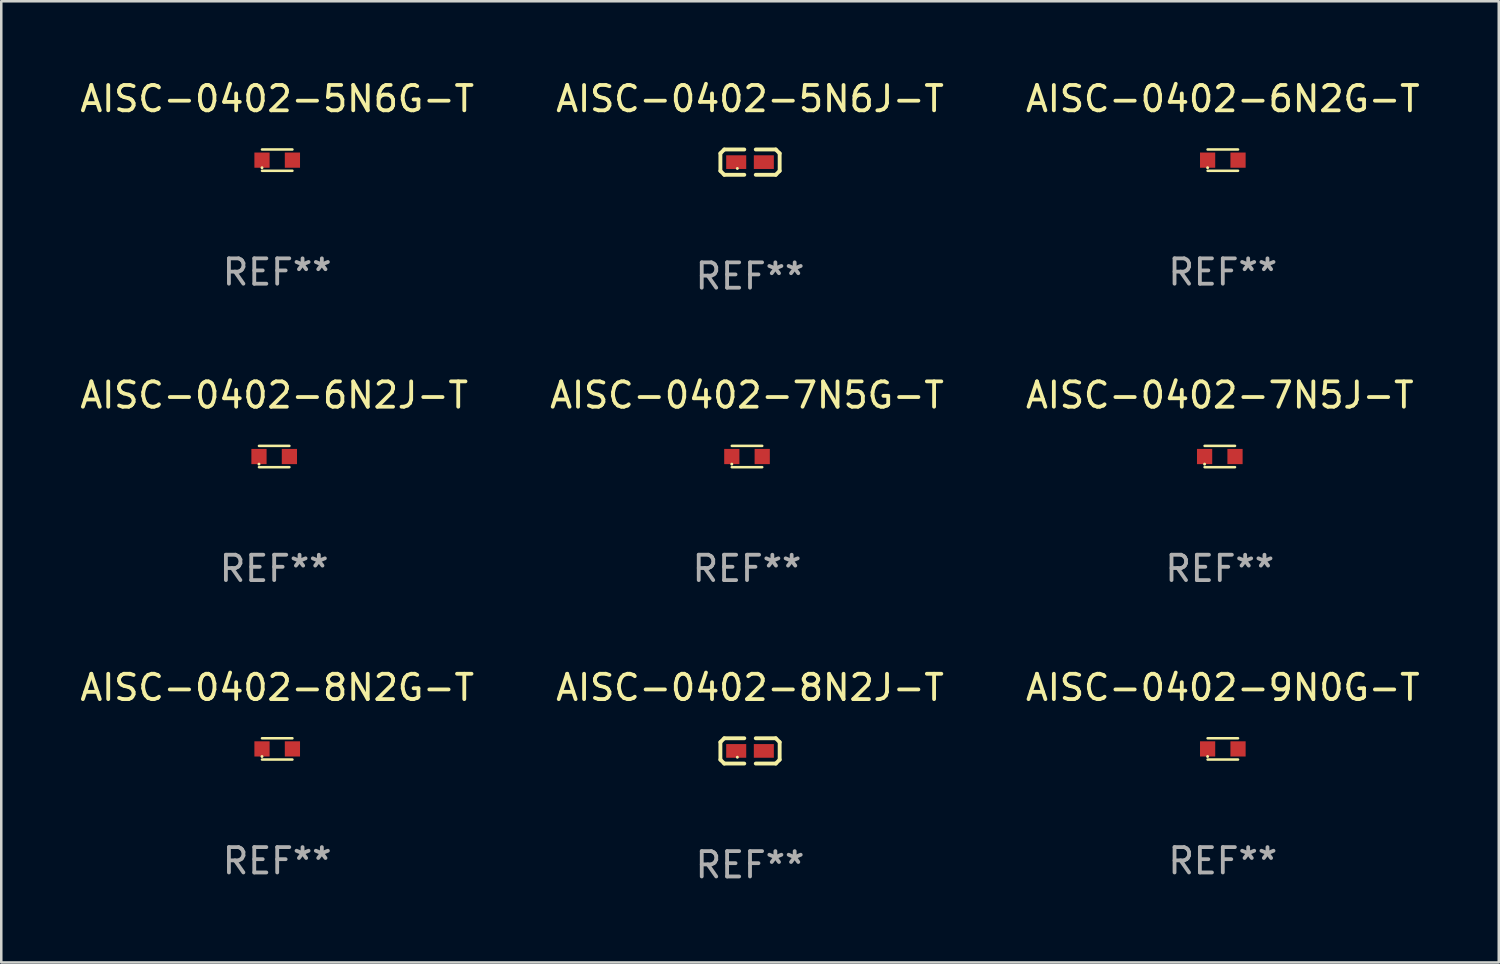
<source format=kicad_pcb>
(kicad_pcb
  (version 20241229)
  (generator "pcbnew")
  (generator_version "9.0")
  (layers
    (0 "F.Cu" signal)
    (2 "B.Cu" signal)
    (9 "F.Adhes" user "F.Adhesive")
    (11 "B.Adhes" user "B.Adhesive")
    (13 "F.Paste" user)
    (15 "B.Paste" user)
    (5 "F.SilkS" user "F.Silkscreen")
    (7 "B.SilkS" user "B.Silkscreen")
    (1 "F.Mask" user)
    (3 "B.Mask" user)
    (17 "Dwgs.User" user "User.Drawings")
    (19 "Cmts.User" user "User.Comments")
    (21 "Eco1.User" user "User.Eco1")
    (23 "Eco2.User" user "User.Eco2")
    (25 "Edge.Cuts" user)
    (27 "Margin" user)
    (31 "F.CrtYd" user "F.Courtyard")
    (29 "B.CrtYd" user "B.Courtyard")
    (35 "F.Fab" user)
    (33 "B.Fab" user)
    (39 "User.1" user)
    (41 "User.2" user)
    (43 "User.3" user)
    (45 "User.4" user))
  (footprint "AISC-0402-8N2J-T"
    (layer "F.Cu")
    (at 26.542 26.577)
    (property "Reference" "AISC-0402-8N2J-T" (at 0 -2.499 0) (layer "F.SilkS") (effects (font (size 1 1) (thickness 0.15))))
    (attr through_hole)
    (fp_line (start -1.169 -0.346) (end -1.016 -0.499) (stroke (width 0.152) (type solid)) (layer "F.SilkS"))
    (fp_line (start -1.169 0.346) (end -1.169 -0.346) (stroke (width 0.152) (type solid)) (layer "F.SilkS"))
    (fp_line (start -1.016 -0.499) (end -0.226 -0.499) (stroke (width 0.152) (type solid)) (layer "F.SilkS"))
    (fp_line (start -1.016 0.499) (end -1.169 0.346) (stroke (width 0.152) (type solid)) (layer "F.SilkS"))
    (fp_line (start -0.226 0.499) (end -1.016 0.499) (stroke (width 0.152) (type solid)) (layer "F.SilkS"))
    (fp_line (start 0.226 0.499) (end 1.016 0.499) (stroke (width 0.152) (type solid)) (layer "F.SilkS"))
    (fp_line (start 1.016 -0.499) (end 0.226 -0.499) (stroke (width 0.152) (type solid)) (layer "F.SilkS"))
    (fp_line (start 1.016 0.499) (end 1.169 0.346) (stroke (width 0.152) (type solid)) (layer "F.SilkS"))
    (fp_line (start 1.169 -0.346) (end 1.016 -0.499) (stroke (width 0.152) (type solid)) (layer "F.SilkS"))
    (fp_line (start 1.169 0.346) (end 1.169 -0.346) (stroke (width 0.152) (type solid)) (layer "F.SilkS"))
    (fp_circle (center -0.5 0.25) (end -0.47 0.25) (stroke (width 0.06) (type solid)) (fill no) (layer "F.SilkS"))
    (fp_text user "REF**" (at 0 4.499 0) (layer "F.Fab") (effects (font (size 1 1) (thickness 0.15))))
    (pad "1" smd rect (at -0.545 0) (size 0.79 0.54) (layers "F.Cu" "F.Mask" "F.Paste"))
    (pad "2" smd rect (at 0.545 0) (size 0.79 0.54) (layers "F.Cu" "F.Mask" "F.Paste")))
  (footprint "AISC-0402-7N5G-T"
    (layer "F.Cu")
    (at 26.423 14.962)
    (property "Reference" "AISC-0402-7N5G-T" (at 0 -2.42 0) (layer "F.SilkS") (effects (font (size 1 1) (thickness 0.15))))
    (attr through_hole)
    (fp_line (start -0.6 -0.42) (end 0.6 -0.42) (stroke (width 0.1) (type solid)) (layer "F.SilkS"))
    (fp_line (start -0.6 0.42) (end 0.6 0.42) (stroke (width 0.1) (type solid)) (layer "F.SilkS"))
    (fp_circle (center -0.6 0.3) (end -0.57 0.3) (stroke (width 0.06) (type solid)) (fill no) (layer "F.SilkS"))
    (fp_text user "REF**" (at 0 4.42 0) (layer "F.Fab") (effects (font (size 1 1) (thickness 0.15))))
    (pad "1" smd rect (at -0.6 0) (size 0.6 0.6) (layers "F.Cu" "F.Mask" "F.Paste"))
    (pad "2" smd rect (at 0.6 0) (size 0.6 0.6) (layers "F.Cu" "F.Mask" "F.Paste")))
  (footprint "AISC-0402-5N6G-T"
    (layer "F.Cu")
    (at 7.887 3.268)
    (property "Reference" "AISC-0402-5N6G-T" (at 0 -2.42 0) (layer "F.SilkS") (effects (font (size 1 1) (thickness 0.15))))
    (attr through_hole)
    (fp_line (start -0.6 -0.42) (end 0.6 -0.42) (stroke (width 0.1) (type solid)) (layer "F.SilkS"))
    (fp_line (start -0.6 0.42) (end 0.6 0.42) (stroke (width 0.1) (type solid)) (layer "F.SilkS"))
    (fp_circle (center -0.6 0.3) (end -0.57 0.3) (stroke (width 0.06) (type solid)) (fill no) (layer "F.SilkS"))
    (fp_text user "REF**" (at 0 4.42 0) (layer "F.Fab") (effects (font (size 1 1) (thickness 0.15))))
    (pad "1" smd rect (at -0.6 0) (size 0.6 0.6) (layers "F.Cu" "F.Mask" "F.Paste"))
    (pad "2" smd rect (at 0.6 0) (size 0.6 0.6) (layers "F.Cu" "F.Mask" "F.Paste")))
  (footprint "AISC-0402-5N6J-T"
    (layer "F.Cu")
    (at 26.542 3.347)
    (property "Reference" "AISC-0402-5N6J-T" (at 0 -2.499 0) (layer "F.SilkS") (effects (font (size 1 1) (thickness 0.15))))
    (attr through_hole)
    (fp_line (start -1.169 -0.346) (end -1.016 -0.499) (stroke (width 0.152) (type solid)) (layer "F.SilkS"))
    (fp_line (start -1.169 0.346) (end -1.169 -0.346) (stroke (width 0.152) (type solid)) (layer "F.SilkS"))
    (fp_line (start -1.016 -0.499) (end -0.226 -0.499) (stroke (width 0.152) (type solid)) (layer "F.SilkS"))
    (fp_line (start -1.016 0.499) (end -1.169 0.346) (stroke (width 0.152) (type solid)) (layer "F.SilkS"))
    (fp_line (start -0.226 0.499) (end -1.016 0.499) (stroke (width 0.152) (type solid)) (layer "F.SilkS"))
    (fp_line (start 0.226 0.499) (end 1.016 0.499) (stroke (width 0.152) (type solid)) (layer "F.SilkS"))
    (fp_line (start 1.016 -0.499) (end 0.226 -0.499) (stroke (width 0.152) (type solid)) (layer "F.SilkS"))
    (fp_line (start 1.016 0.499) (end 1.169 0.346) (stroke (width 0.152) (type solid)) (layer "F.SilkS"))
    (fp_line (start 1.169 -0.346) (end 1.016 -0.499) (stroke (width 0.152) (type solid)) (layer "F.SilkS"))
    (fp_line (start 1.169 0.346) (end 1.169 -0.346) (stroke (width 0.152) (type solid)) (layer "F.SilkS"))
    (fp_circle (center -0.5 0.25) (end -0.47 0.25) (stroke (width 0.06) (type solid)) (fill no) (layer "F.SilkS"))
    (fp_text user "REF**" (at 0 4.499 0) (layer "F.Fab") (effects (font (size 1 1) (thickness 0.15))))
    (pad "1" smd rect (at -0.545 0) (size 0.79 0.54) (layers "F.Cu" "F.Mask" "F.Paste"))
    (pad "2" smd rect (at 0.545 0) (size 0.79 0.54) (layers "F.Cu" "F.Mask" "F.Paste")))
  (footprint "AISC-0402-9N0G-T"
    (layer "F.Cu")
    (at 45.196 26.498)
    (property "Reference" "AISC-0402-9N0G-T" (at 0 -2.42 0) (layer "F.SilkS") (effects (font (size 1 1) (thickness 0.15))))
    (attr through_hole)
    (fp_line (start -0.6 -0.42) (end 0.6 -0.42) (stroke (width 0.1) (type solid)) (layer "F.SilkS"))
    (fp_line (start -0.6 0.42) (end 0.6 0.42) (stroke (width 0.1) (type solid)) (layer "F.SilkS"))
    (fp_circle (center -0.6 0.3) (end -0.57 0.3) (stroke (width 0.06) (type solid)) (fill no) (layer "F.SilkS"))
    (fp_text user "REF**" (at 0 4.42 0) (layer "F.Fab") (effects (font (size 1 1) (thickness 0.15))))
    (pad "1" smd rect (at -0.6 0) (size 0.6 0.6) (layers "F.Cu" "F.Mask" "F.Paste"))
    (pad "2" smd rect (at 0.6 0) (size 0.6 0.6) (layers "F.Cu" "F.Mask" "F.Paste")))
  (footprint "AISC-0402-6N2J-T"
    (layer "F.Cu")
    (at 7.768 14.962)
    (property "Reference" "AISC-0402-6N2J-T" (at 0 -2.42 0) (layer "F.SilkS") (effects (font (size 1 1) (thickness 0.15))))
    (attr through_hole)
    (fp_line (start -0.6 -0.42) (end 0.6 -0.42) (stroke (width 0.1) (type solid)) (layer "F.SilkS"))
    (fp_line (start -0.6 0.42) (end 0.6 0.42) (stroke (width 0.1) (type solid)) (layer "F.SilkS"))
    (fp_circle (center -0.6 0.3) (end -0.57 0.3) (stroke (width 0.06) (type solid)) (fill no) (layer "F.SilkS"))
    (fp_text user "REF**" (at 0 4.42 0) (layer "F.Fab") (effects (font (size 1 1) (thickness 0.15))))
    (pad "1" smd rect (at -0.6 0) (size 0.6 0.6) (layers "F.Cu" "F.Mask" "F.Paste"))
    (pad "2" smd rect (at 0.6 0) (size 0.6 0.6) (layers "F.Cu" "F.Mask" "F.Paste")))
  (footprint "AISC-0402-7N5J-T"
    (layer "F.Cu")
    (at 45.077 14.962)
    (property "Reference" "AISC-0402-7N5J-T" (at 0 -2.42 0) (layer "F.SilkS") (effects (font (size 1 1) (thickness 0.15))))
    (attr through_hole)
    (fp_line (start -0.6 -0.42) (end 0.6 -0.42) (stroke (width 0.1) (type solid)) (layer "F.SilkS"))
    (fp_line (start -0.6 0.42) (end 0.6 0.42) (stroke (width 0.1) (type solid)) (layer "F.SilkS"))
    (fp_circle (center -0.6 0.3) (end -0.57 0.3) (stroke (width 0.06) (type solid)) (fill no) (layer "F.SilkS"))
    (fp_text user "REF**" (at 0 4.42 0) (layer "F.Fab") (effects (font (size 1 1) (thickness 0.15))))
    (pad "1" smd rect (at -0.6 0) (size 0.6 0.6) (layers "F.Cu" "F.Mask" "F.Paste"))
    (pad "2" smd rect (at 0.6 0) (size 0.6 0.6) (layers "F.Cu" "F.Mask" "F.Paste")))
  (footprint "AISC-0402-8N2G-T"
    (layer "F.Cu")
    (at 7.887 26.498)
    (property "Reference" "AISC-0402-8N2G-T" (at 0 -2.42 0) (layer "F.SilkS") (effects (font (size 1 1) (thickness 0.15))))
    (attr through_hole)
    (fp_line (start -0.6 -0.42) (end 0.6 -0.42) (stroke (width 0.1) (type solid)) (layer "F.SilkS"))
    (fp_line (start -0.6 0.42) (end 0.6 0.42) (stroke (width 0.1) (type solid)) (layer "F.SilkS"))
    (fp_circle (center -0.6 0.3) (end -0.57 0.3) (stroke (width 0.06) (type solid)) (fill no) (layer "F.SilkS"))
    (fp_text user "REF**" (at 0 4.42 0) (layer "F.Fab") (effects (font (size 1 1) (thickness 0.15))))
    (pad "1" smd rect (at -0.6 0) (size 0.6 0.6) (layers "F.Cu" "F.Mask" "F.Paste"))
    (pad "2" smd rect (at 0.6 0) (size 0.6 0.6) (layers "F.Cu" "F.Mask" "F.Paste")))
  (footprint "AISC-0402-6N2G-T"
    (layer "F.Cu")
    (at 45.196 3.268)
    (property "Reference" "AISC-0402-6N2G-T" (at 0 -2.42 0) (layer "F.SilkS") (effects (font (size 1 1) (thickness 0.15))))
    (attr through_hole)
    (fp_line (start -0.6 -0.42) (end 0.6 -0.42) (stroke (width 0.1) (type solid)) (layer "F.SilkS"))
    (fp_line (start -0.6 0.42) (end 0.6 0.42) (stroke (width 0.1) (type solid)) (layer "F.SilkS"))
    (fp_circle (center -0.6 0.3) (end -0.57 0.3) (stroke (width 0.06) (type solid)) (fill no) (layer "F.SilkS"))
    (fp_text user "REF**" (at 0 4.42 0) (layer "F.Fab") (effects (font (size 1 1) (thickness 0.15))))
    (pad "1" smd rect (at -0.6 0) (size 0.6 0.6) (layers "F.Cu" "F.Mask" "F.Paste"))
    (pad "2" smd rect (at 0.6 0) (size 0.6 0.6) (layers "F.Cu" "F.Mask" "F.Paste")))
  (gr_rect
    (start -3 -3)
    (end 56.083 34.924)
    (stroke (width 0.1) (type default))
    (fill no)
    (layer "Edge.Cuts")))
</source>
